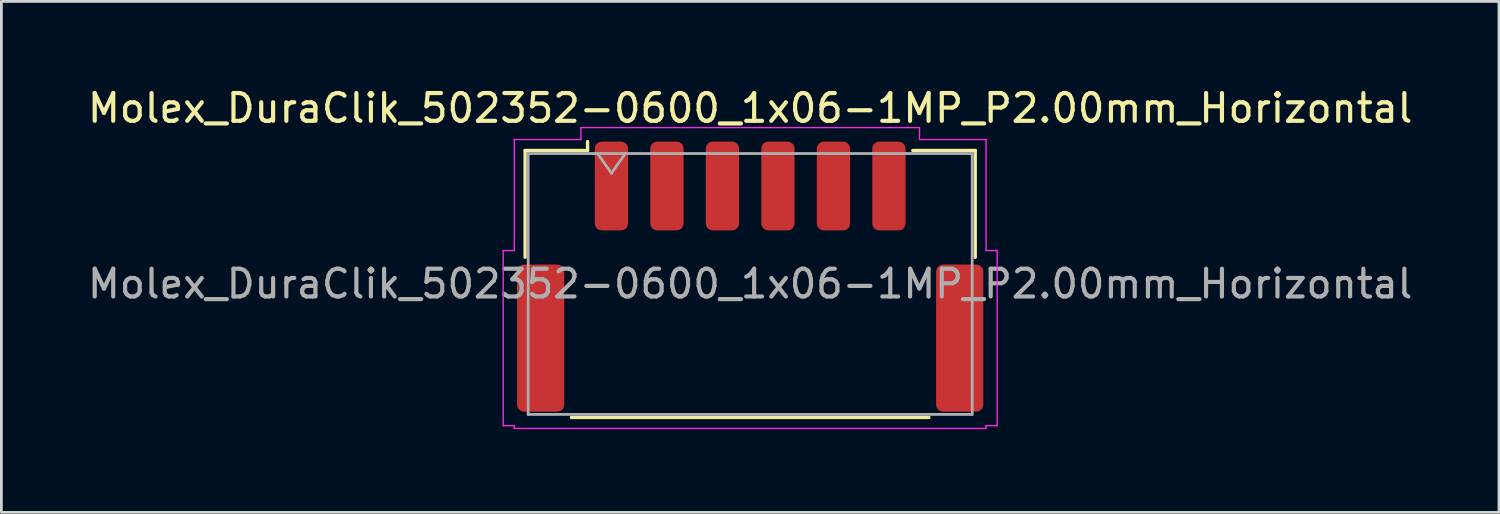
<source format=kicad_pcb>
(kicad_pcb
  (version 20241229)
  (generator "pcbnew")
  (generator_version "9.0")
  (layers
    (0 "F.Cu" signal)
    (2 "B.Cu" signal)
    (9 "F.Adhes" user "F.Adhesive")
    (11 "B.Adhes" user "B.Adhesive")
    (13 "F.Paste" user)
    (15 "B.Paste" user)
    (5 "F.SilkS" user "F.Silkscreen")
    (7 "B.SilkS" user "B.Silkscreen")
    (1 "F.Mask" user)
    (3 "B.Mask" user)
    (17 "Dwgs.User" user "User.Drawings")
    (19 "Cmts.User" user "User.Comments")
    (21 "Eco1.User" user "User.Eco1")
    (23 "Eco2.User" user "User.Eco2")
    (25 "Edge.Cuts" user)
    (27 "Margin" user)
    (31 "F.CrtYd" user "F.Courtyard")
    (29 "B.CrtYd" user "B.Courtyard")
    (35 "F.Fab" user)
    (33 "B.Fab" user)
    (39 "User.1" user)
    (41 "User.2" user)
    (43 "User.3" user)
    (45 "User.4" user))
  (footprint "Molex_DuraClik_502352-0600_1x06-1MP_P2.00mm_Horizontal"
    (layer "F.Cu")
    (at 23.982 6.918)
    (property "Reference" "Molex_DuraClik_502352-0600_1x06-1MP_P2.00mm_Horizontal" (at 0 -6.07 0) (layer "F.SilkS") (effects (font (size 1 1) (thickness 0.15))))
    (attr smd)
    (fp_line (start -8.11 -4.545) (end -5.86 -4.545) (stroke (width 0.12) (type solid)) (layer "F.SilkS"))
    (fp_line (start -8.11 -0.695) (end -8.11 -4.545) (stroke (width 0.12) (type solid)) (layer "F.SilkS"))
    (fp_line (start -6.44 5.075) (end 6.44 5.075) (stroke (width 0.12) (type solid)) (layer "F.SilkS"))
    (fp_line (start -5.86 -4.545) (end -5.86 -4.865) (stroke (width 0.12) (type solid)) (layer "F.SilkS"))
    (fp_line (start 8.11 -4.545) (end 5.86 -4.545) (stroke (width 0.12) (type solid)) (layer "F.SilkS"))
    (fp_line (start 8.11 -0.695) (end 8.11 -4.545) (stroke (width 0.12) (type solid)) (layer "F.SilkS"))
    (fp_line (start -8.9 -0.94) (end -8.5 -0.94) (stroke (width 0.05) (type solid)) (layer "F.CrtYd"))
    (fp_line (start -8.9 5.37) (end -8.9 -0.94) (stroke (width 0.05) (type solid)) (layer "F.CrtYd"))
    (fp_line (start -8.5 -4.94) (end -6.1 -4.94) (stroke (width 0.05) (type solid)) (layer "F.CrtYd"))
    (fp_line (start -8.5 -0.94) (end -8.5 -4.94) (stroke (width 0.05) (type solid)) (layer "F.CrtYd"))
    (fp_line (start -8.5 5.37) (end -8.9 5.37) (stroke (width 0.05) (type solid)) (layer "F.CrtYd"))
    (fp_line (start -8.5 5.47) (end -8.5 5.37) (stroke (width 0.05) (type solid)) (layer "F.CrtYd"))
    (fp_line (start -6.1 -5.37) (end 6.1 -5.37) (stroke (width 0.05) (type solid)) (layer "F.CrtYd"))
    (fp_line (start -6.1 -4.94) (end -6.1 -5.37) (stroke (width 0.05) (type solid)) (layer "F.CrtYd"))
    (fp_line (start 6.1 -5.37) (end 6.1 -4.94) (stroke (width 0.05) (type solid)) (layer "F.CrtYd"))
    (fp_line (start 6.1 -4.94) (end 8.5 -4.94) (stroke (width 0.05) (type solid)) (layer "F.CrtYd"))
    (fp_line (start 8.5 -4.94) (end 8.5 -0.94) (stroke (width 0.05) (type solid)) (layer "F.CrtYd"))
    (fp_line (start 8.5 -0.94) (end 8.9 -0.94) (stroke (width 0.05) (type solid)) (layer "F.CrtYd"))
    (fp_line (start 8.5 5.37) (end 8.5 5.47) (stroke (width 0.05) (type solid)) (layer "F.CrtYd"))
    (fp_line (start 8.5 5.47) (end -8.5 5.47) (stroke (width 0.05) (type solid)) (layer "F.CrtYd"))
    (fp_line (start 8.9 -0.94) (end 8.9 5.37) (stroke (width 0.05) (type solid)) (layer "F.CrtYd"))
    (fp_line (start 8.9 5.37) (end 8.5 5.37) (stroke (width 0.05) (type solid)) (layer "F.CrtYd"))
    (fp_line (start -8 -4.435) (end -8 4.965) (stroke (width 0.1) (type solid)) (layer "F.Fab"))
    (fp_line (start -8 -4.435) (end 8 -4.435) (stroke (width 0.1) (type solid)) (layer "F.Fab"))
    (fp_line (start -8 4.965) (end 8 4.965) (stroke (width 0.1) (type solid)) (layer "F.Fab"))
    (fp_line (start -5.5 -4.435) (end -5 -3.728) (stroke (width 0.1) (type solid)) (layer "F.Fab"))
    (fp_line (start -5 -3.728) (end -4.5 -4.435) (stroke (width 0.1) (type solid)) (layer "F.Fab"))
    (fp_line (start 8 -4.435) (end 8 4.965) (stroke (width 0.1) (type solid)) (layer "F.Fab"))
    (fp_text user "${REFERENCE}" (at 0 0.26 0) (layer "F.Fab") (effects (font (size 1 1) (thickness 0.15))))
    (pad "1" smd roundrect (at -5 -3.265) (size 1.2 3.2) (layers "F.Cu" "F.Mask" "F.Paste") (roundrect_rratio 0.208))
    (pad "2" smd roundrect (at -3 -3.265) (size 1.2 3.2) (layers "F.Cu" "F.Mask" "F.Paste") (roundrect_rratio 0.208))
    (pad "3" smd roundrect (at -1 -3.265) (size 1.2 3.2) (layers "F.Cu" "F.Mask" "F.Paste") (roundrect_rratio 0.208))
    (pad "4" smd roundrect (at 1 -3.265) (size 1.2 3.2) (layers "F.Cu" "F.Mask" "F.Paste") (roundrect_rratio 0.208))
    (pad "5" smd roundrect (at 3 -3.265) (size 1.2 3.2) (layers "F.Cu" "F.Mask" "F.Paste") (roundrect_rratio 0.208))
    (pad "6" smd roundrect (at 5 -3.265) (size 1.2 3.2) (layers "F.Cu" "F.Mask" "F.Paste") (roundrect_rratio 0.208))
    (pad "MP" smd roundrect (at -7.55 2.215) (size 1.7 5.3) (layers "F.Cu" "F.Mask" "F.Paste") (roundrect_rratio 0.147))
    (pad "MP" smd roundrect (at 7.55 2.215) (size 1.7 5.3) (layers "F.Cu" "F.Mask" "F.Paste") (roundrect_rratio 0.147)))
  (gr_rect
    (start -3 -3)
    (end 50.964 15.413)
    (stroke (width 0.1) (type default))
    (fill no)
    (layer "Edge.Cuts")))
</source>
